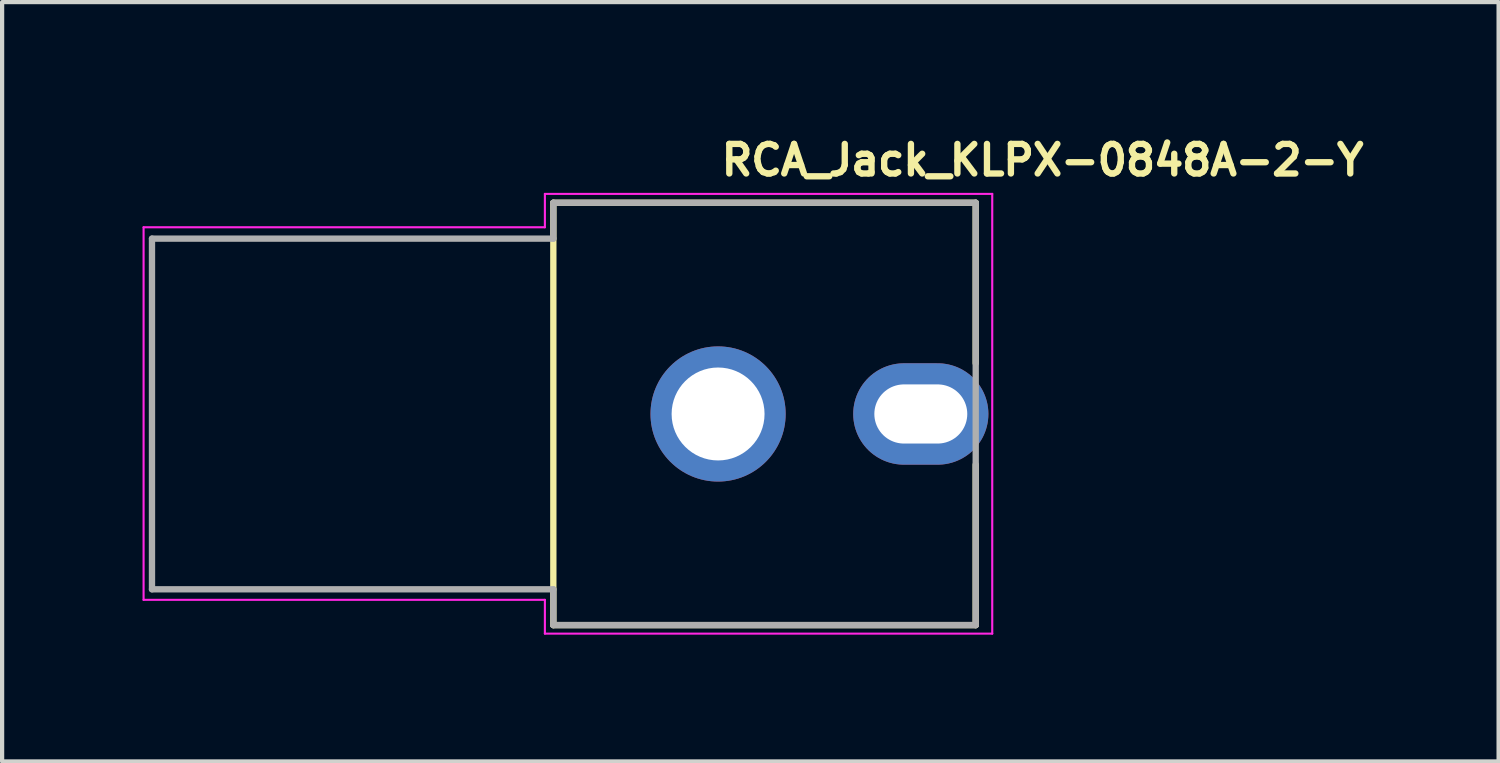
<source format=kicad_pcb>
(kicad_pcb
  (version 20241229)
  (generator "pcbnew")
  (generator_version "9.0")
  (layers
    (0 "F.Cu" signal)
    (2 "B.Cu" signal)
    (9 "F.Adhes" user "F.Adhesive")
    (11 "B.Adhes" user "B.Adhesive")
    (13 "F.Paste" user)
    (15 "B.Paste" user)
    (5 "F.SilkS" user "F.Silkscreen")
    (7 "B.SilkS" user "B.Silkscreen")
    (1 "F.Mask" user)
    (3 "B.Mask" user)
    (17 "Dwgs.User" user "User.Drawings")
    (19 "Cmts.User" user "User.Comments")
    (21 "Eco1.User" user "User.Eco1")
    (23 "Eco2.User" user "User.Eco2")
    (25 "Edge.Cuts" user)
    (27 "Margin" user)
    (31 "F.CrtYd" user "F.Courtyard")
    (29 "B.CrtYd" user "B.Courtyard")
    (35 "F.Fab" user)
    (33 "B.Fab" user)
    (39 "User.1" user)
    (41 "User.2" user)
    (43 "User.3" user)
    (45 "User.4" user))
  (footprint "RCA_Jack_KLPX-0848A-2-Y"
    (layer "F.Cu")
    (at 13.949 6.75)
    (property "Reference" "RCA_Jack_KLPX-0848A-2-Y" (at 0 -5.6 0) (unlocked yes) (layer "F.SilkS") (effects (font (size 0.7 0.7) (thickness 0.15)) (justify left bottom)))
    (attr through_hole)
    (fp_line (start -3.9 -5) (end -3.9 4.998) (stroke (width 0.15) (type solid)) (layer "F.SilkS"))
    (fp_line (start -3.9 -5) (end 6.099 -5) (stroke (width 0.15) (type solid)) (layer "F.SilkS"))
    (fp_line (start -3.9 4.998) (end 6.099 4.998) (stroke (width 0.15) (type solid)) (layer "F.SilkS"))
    (fp_line (start 6.099 -5) (end 6.099 -1.2) (stroke (width 0.15) (type solid)) (layer "F.SilkS"))
    (fp_line (start 6.099 4.998) (end 6.099 1.199) (stroke (width 0.15) (type solid)) (layer "F.SilkS"))
    (fp_line (start -13.6 -4.42) (end -4.1 -4.42) (stroke (width 0.05) (type solid)) (layer "F.CrtYd"))
    (fp_line (start -13.6 4.4) (end -13.6 -4.42) (stroke (width 0.05) (type solid)) (layer "F.CrtYd"))
    (fp_line (start -4.1 -5.21) (end 6.49 -5.21) (stroke (width 0.05) (type solid)) (layer "F.CrtYd"))
    (fp_line (start -4.1 -4.42) (end -4.1 -5.21) (stroke (width 0.05) (type solid)) (layer "F.CrtYd"))
    (fp_line (start -4.1 4.4) (end -13.6 4.4) (stroke (width 0.05) (type solid)) (layer "F.CrtYd"))
    (fp_line (start -4.1 5.2) (end -4.1 4.4) (stroke (width 0.05) (type solid)) (layer "F.CrtYd"))
    (fp_line (start 6.49 -5.21) (end 6.49 5.2) (stroke (width 0.05) (type solid)) (layer "F.CrtYd"))
    (fp_line (start 6.49 5.2) (end -4.1 5.2) (stroke (width 0.05) (type solid)) (layer "F.CrtYd"))
    (fp_line (start -13.401 -4.151) (end -13.401 4.15) (stroke (width 0.15) (type solid)) (layer "F.Fab"))
    (fp_line (start -13.401 -4.151) (end -3.9 -4.151) (stroke (width 0.15) (type solid)) (layer "F.Fab"))
    (fp_line (start -13.401 4.15) (end -3.9 4.15) (stroke (width 0.15) (type solid)) (layer "F.Fab"))
    (fp_line (start -3.9 -5) (end -3.9 -4.151) (stroke (width 0.15) (type solid)) (layer "F.Fab"))
    (fp_line (start -3.9 4.15) (end -3.9 4.998) (stroke (width 0.15) (type solid)) (layer "F.Fab"))
    (fp_line (start -3.9 4.998) (end 6.099 4.998) (stroke (width 0.15) (type solid)) (layer "F.Fab"))
    (fp_line (start 6.099 -5) (end -3.9 -5) (stroke (width 0.15) (type solid)) (layer "F.Fab"))
    (fp_line (start 6.099 4.998) (end 6.099 -5) (stroke (width 0.15) (type solid)) (layer "F.Fab"))
    (fp_rect (start 5.7 5) (end -13.899 -4.998) (stroke (width 0.1) (type solid)) (fill no) (layer "User.5"))
    (fp_line (start -13.899 -2.898) (end -13.897 -2.96) (stroke (width 0.02) (type solid)) (layer "User.9"))
    (fp_line (start -13.899 -2.826) (end -13.899 -2.898) (stroke (width 0.02) (type solid)) (layer "User.9"))
    (fp_line (start -13.899 -2.826) (end -13.899 -2.826) (stroke (width 0.02) (type solid)) (layer "User.9"))
    (fp_line (start -13.899 -2.612) (end -13.899 -2.826) (stroke (width 0.02) (type solid)) (layer "User.9"))
    (fp_line (start -13.899 -2.612) (end -13.899 -2.612) (stroke (width 0.02) (type solid)) (layer "User.9"))
    (fp_line (start -13.899 -2.266) (end -13.899 -2.612) (stroke (width 0.02) (type solid)) (layer "User.9"))
    (fp_line (start -13.899 -2.266) (end -13.899 -2.266) (stroke (width 0.02) (type solid)) (layer "User.9"))
    (fp_line (start -13.899 -2.148) (end -13.899 -2.096) (stroke (width 0.02) (type solid)) (layer "User.9"))
    (fp_line (start -13.899 -2.096) (end -13.899 -2.096) (stroke (width 0.02) (type solid)) (layer "User.9"))
    (fp_line (start -13.899 -2.096) (end -13.899 -1.937) (stroke (width 0.02) (type solid)) (layer "User.9"))
    (fp_line (start -13.899 -1.937) (end -13.899 -1.937) (stroke (width 0.02) (type solid)) (layer "User.9"))
    (fp_line (start -13.899 -1.937) (end -13.899 -1.679) (stroke (width 0.02) (type solid)) (layer "User.9"))
    (fp_line (start -13.899 -1.808) (end -13.899 -2.266) (stroke (width 0.02) (type solid)) (layer "User.9"))
    (fp_line (start -13.899 -1.808) (end -13.899 -1.808) (stroke (width 0.02) (type solid)) (layer "User.9"))
    (fp_line (start -13.899 -1.679) (end -13.899 -1.679) (stroke (width 0.02) (type solid)) (layer "User.9"))
    (fp_line (start -13.899 -1.679) (end -13.899 -1.34) (stroke (width 0.02) (type solid)) (layer "User.9"))
    (fp_line (start -13.899 -1.34) (end -13.899 -1.34) (stroke (width 0.02) (type solid)) (layer "User.9"))
    (fp_line (start -13.899 -1.34) (end -13.899 -0.932) (stroke (width 0.02) (type solid)) (layer "User.9"))
    (fp_line (start -13.899 -1.257) (end -13.899 -1.808) (stroke (width 0.02) (type solid)) (layer "User.9"))
    (fp_line (start -13.899 -1.257) (end -13.899 -1.257) (stroke (width 0.02) (type solid)) (layer "User.9"))
    (fp_line (start -13.899 -0.932) (end -13.899 -0.932) (stroke (width 0.02) (type solid)) (layer "User.9"))
    (fp_line (start -13.899 -0.932) (end -13.899 -0.478) (stroke (width 0.02) (type solid)) (layer "User.9"))
    (fp_line (start -13.899 -0.645) (end -13.899 -1.257) (stroke (width 0.02) (type solid)) (layer "User.9"))
    (fp_line (start -13.899 -0.645) (end -13.899 -0.645) (stroke (width 0.02) (type solid)) (layer "User.9"))
    (fp_line (start -13.899 -0.478) (end -13.899 -0.478) (stroke (width 0.02) (type solid)) (layer "User.9"))
    (fp_line (start -13.899 -0.478) (end -13.899 0) (stroke (width 0.02) (type solid)) (layer "User.9"))
    (fp_line (start -13.899 0) (end -13.899 -0.645) (stroke (width 0.02) (type solid)) (layer "User.9"))
    (fp_line (start -13.899 0) (end -13.899 0) (stroke (width 0.02) (type solid)) (layer "User.9"))
    (fp_line (start -13.899 0) (end -13.899 0) (stroke (width 0.02) (type solid)) (layer "User.9"))
    (fp_line (start -13.899 0) (end -13.899 0.48) (stroke (width 0.02) (type solid)) (layer "User.9"))
    (fp_line (start -13.899 0.48) (end -13.899 0.48) (stroke (width 0.02) (type solid)) (layer "User.9"))
    (fp_line (start -13.899 0.48) (end -13.899 0.934) (stroke (width 0.02) (type solid)) (layer "User.9"))
    (fp_line (start -13.899 0.647) (end -13.899 0) (stroke (width 0.02) (type solid)) (layer "User.9"))
    (fp_line (start -13.899 0.647) (end -13.899 0.647) (stroke (width 0.02) (type solid)) (layer "User.9"))
    (fp_line (start -13.899 0.934) (end -13.899 0.934) (stroke (width 0.02) (type solid)) (layer "User.9"))
    (fp_line (start -13.899 0.934) (end -13.899 1.341) (stroke (width 0.02) (type solid)) (layer "User.9"))
    (fp_line (start -13.899 1.26) (end -13.899 0.647) (stroke (width 0.02) (type solid)) (layer "User.9"))
    (fp_line (start -13.899 1.26) (end -13.899 1.26) (stroke (width 0.02) (type solid)) (layer "User.9"))
    (fp_line (start -13.899 1.341) (end -13.899 1.341) (stroke (width 0.02) (type solid)) (layer "User.9"))
    (fp_line (start -13.899 1.341) (end -13.899 1.682) (stroke (width 0.02) (type solid)) (layer "User.9"))
    (fp_line (start -13.899 1.682) (end -13.899 1.682) (stroke (width 0.02) (type solid)) (layer "User.9"))
    (fp_line (start -13.899 1.682) (end -13.899 1.938) (stroke (width 0.02) (type solid)) (layer "User.9"))
    (fp_line (start -13.899 1.809) (end -13.899 1.26) (stroke (width 0.02) (type solid)) (layer "User.9"))
    (fp_line (start -13.899 1.809) (end -13.899 1.809) (stroke (width 0.02) (type solid)) (layer "User.9"))
    (fp_line (start -13.899 1.938) (end -13.899 1.938) (stroke (width 0.02) (type solid)) (layer "User.9"))
    (fp_line (start -13.899 1.938) (end -13.899 2.097) (stroke (width 0.02) (type solid)) (layer "User.9"))
    (fp_line (start -13.899 2.097) (end -13.899 2.097) (stroke (width 0.02) (type solid)) (layer "User.9"))
    (fp_line (start -13.899 2.097) (end -13.899 2.15) (stroke (width 0.02) (type solid)) (layer "User.9"))
    (fp_line (start -13.899 2.269) (end -13.899 1.809) (stroke (width 0.02) (type solid)) (layer "User.9"))
    (fp_line (start -13.899 2.269) (end -13.899 2.269) (stroke (width 0.02) (type solid)) (layer "User.9"))
    (fp_line (start -13.899 2.613) (end -13.899 2.269) (stroke (width 0.02) (type solid)) (layer "User.9"))
    (fp_line (start -13.899 2.613) (end -13.899 2.613) (stroke (width 0.02) (type solid)) (layer "User.9"))
    (fp_line (start -13.899 2.828) (end -13.899 2.613) (stroke (width 0.02) (type solid)) (layer "User.9"))
    (fp_line (start -13.899 2.828) (end -13.899 2.828) (stroke (width 0.02) (type solid)) (layer "User.9"))
    (fp_line (start -13.899 2.9) (end -13.899 2.828) (stroke (width 0.02) (type solid)) (layer "User.9"))
    (fp_line (start -13.899 2.9) (end -13.897 2.963) (stroke (width 0.02) (type solid)) (layer "User.9"))
    (fp_line (start -13.897 -2.96) (end -13.892 -3.023) (stroke (width 0.02) (type solid)) (layer "User.9"))
    (fp_line (start -13.897 2.963) (end -13.892 3.024) (stroke (width 0.02) (type solid)) (layer "User.9"))
    (fp_line (start -13.892 -3.023) (end -13.886 -3.084) (stroke (width 0.02) (type solid)) (layer "User.9"))
    (fp_line (start -13.892 3.024) (end -13.886 3.085) (stroke (width 0.02) (type solid)) (layer "User.9"))
    (fp_line (start -13.886 -3.084) (end -13.875 -3.144) (stroke (width 0.02) (type solid)) (layer "User.9"))
    (fp_line (start -13.886 3.085) (end -13.875 3.146) (stroke (width 0.02) (type solid)) (layer "User.9"))
    (fp_line (start -13.875 -3.144) (end -13.862 -3.204) (stroke (width 0.02) (type solid)) (layer "User.9"))
    (fp_line (start -13.875 3.146) (end -13.862 3.206) (stroke (width 0.02) (type solid)) (layer "User.9"))
    (fp_line (start -13.862 -3.204) (end -13.844 -3.262) (stroke (width 0.02) (type solid)) (layer "User.9"))
    (fp_line (start -13.862 3.206) (end -13.844 3.265) (stroke (width 0.02) (type solid)) (layer "User.9"))
    (fp_line (start -13.844 -3.262) (end -13.825 -3.321) (stroke (width 0.02) (type solid)) (layer "User.9"))
    (fp_line (start -13.844 3.265) (end -13.825 3.322) (stroke (width 0.02) (type solid)) (layer "User.9"))
    (fp_line (start -13.825 -3.321) (end -13.804 -3.378) (stroke (width 0.02) (type solid)) (layer "User.9"))
    (fp_line (start -13.825 3.322) (end -13.804 3.379) (stroke (width 0.02) (type solid)) (layer "User.9"))
    (fp_line (start -13.804 -3.378) (end -13.78 -3.434) (stroke (width 0.02) (type solid)) (layer "User.9"))
    (fp_line (start -13.804 3.379) (end -13.78 3.435) (stroke (width 0.02) (type solid)) (layer "User.9"))
    (fp_line (start -13.78 -3.434) (end -13.751 -3.487) (stroke (width 0.02) (type solid)) (layer "User.9"))
    (fp_line (start -13.78 3.435) (end -13.751 3.489) (stroke (width 0.02) (type solid)) (layer "User.9"))
    (fp_line (start -13.751 -3.487) (end -13.721 -3.54) (stroke (width 0.02) (type solid)) (layer "User.9"))
    (fp_line (start -13.751 3.489) (end -13.721 3.543) (stroke (width 0.02) (type solid)) (layer "User.9"))
    (fp_line (start -13.721 -3.54) (end -13.689 -3.592) (stroke (width 0.02) (type solid)) (layer "User.9"))
    (fp_line (start -13.721 3.543) (end -13.689 3.594) (stroke (width 0.02) (type solid)) (layer "User.9"))
    (fp_line (start -13.689 -3.592) (end -13.653 -3.643) (stroke (width 0.02) (type solid)) (layer "User.9"))
    (fp_line (start -13.689 3.594) (end -13.653 3.645) (stroke (width 0.02) (type solid)) (layer "User.9"))
    (fp_line (start -13.653 -3.643) (end -13.615 -3.692) (stroke (width 0.02) (type solid)) (layer "User.9"))
    (fp_line (start -13.653 3.645) (end -13.615 3.693) (stroke (width 0.02) (type solid)) (layer "User.9"))
    (fp_line (start -13.615 -3.692) (end -13.575 -3.737) (stroke (width 0.02) (type solid)) (layer "User.9"))
    (fp_line (start -13.615 3.693) (end -13.575 3.739) (stroke (width 0.02) (type solid)) (layer "User.9"))
    (fp_line (start -13.575 -3.737) (end -13.533 -3.782) (stroke (width 0.02) (type solid)) (layer "User.9"))
    (fp_line (start -13.575 3.739) (end -13.533 3.785) (stroke (width 0.02) (type solid)) (layer "User.9"))
    (fp_line (start -13.533 -3.782) (end -13.533 -3.782) (stroke (width 0.02) (type solid)) (layer "User.9"))
    (fp_line (start -13.533 -3.782) (end -13.487 -3.825) (stroke (width 0.02) (type solid)) (layer "User.9"))
    (fp_line (start -13.533 3.785) (end -13.533 3.785) (stroke (width 0.02) (type solid)) (layer "User.9"))
    (fp_line (start -13.533 3.785) (end -13.487 3.827) (stroke (width 0.02) (type solid)) (layer "User.9"))
    (fp_line (start -13.487 -3.825) (end -13.442 -3.866) (stroke (width 0.02) (type solid)) (layer "User.9"))
    (fp_line (start -13.487 3.827) (end -13.442 3.867) (stroke (width 0.02) (type solid)) (layer "User.9"))
    (fp_line (start -13.442 -3.866) (end -13.392 -3.903) (stroke (width 0.02) (type solid)) (layer "User.9"))
    (fp_line (start -13.442 3.867) (end -13.392 3.906) (stroke (width 0.02) (type solid)) (layer "User.9"))
    (fp_line (start -13.392 -3.903) (end -13.343 -3.938) (stroke (width 0.02) (type solid)) (layer "User.9"))
    (fp_line (start -13.392 3.906) (end -13.343 3.94) (stroke (width 0.02) (type solid)) (layer "User.9"))
    (fp_line (start -13.343 -3.938) (end -13.291 -3.971) (stroke (width 0.02) (type solid)) (layer "User.9"))
    (fp_line (start -13.343 3.94) (end -13.291 3.973) (stroke (width 0.02) (type solid)) (layer "User.9"))
    (fp_line (start -13.291 -3.971) (end -13.237 -4.001) (stroke (width 0.02) (type solid)) (layer "User.9"))
    (fp_line (start -13.291 3.973) (end -13.237 4.004) (stroke (width 0.02) (type solid)) (layer "User.9"))
    (fp_line (start -13.237 -4.001) (end -13.184 -4.03) (stroke (width 0.02) (type solid)) (layer "User.9"))
    (fp_line (start -13.237 4.004) (end -13.184 4.031) (stroke (width 0.02) (type solid)) (layer "User.9"))
    (fp_line (start -13.184 -4.03) (end -13.128 -4.054) (stroke (width 0.02) (type solid)) (layer "User.9"))
    (fp_line (start -13.184 4.031) (end -13.128 4.055) (stroke (width 0.02) (type solid)) (layer "User.9"))
    (fp_line (start -13.128 -4.054) (end -13.07 -4.076) (stroke (width 0.02) (type solid)) (layer "User.9"))
    (fp_line (start -13.128 4.055) (end -13.07 4.077) (stroke (width 0.02) (type solid)) (layer "User.9"))
    (fp_line (start -13.07 -4.076) (end -13.012 -4.094) (stroke (width 0.02) (type solid)) (layer "User.9"))
    (fp_line (start -13.07 4.077) (end -13.012 4.096) (stroke (width 0.02) (type solid)) (layer "User.9"))
    (fp_line (start -13.012 -4.094) (end -12.953 -4.112) (stroke (width 0.02) (type solid)) (layer "User.9"))
    (fp_line (start -13.012 4.096) (end -12.953 4.114) (stroke (width 0.02) (type solid)) (layer "User.9"))
    (fp_line (start -12.953 -4.112) (end -12.894 -4.124) (stroke (width 0.02) (type solid)) (layer "User.9"))
    (fp_line (start -12.953 4.114) (end -12.894 4.127) (stroke (width 0.02) (type solid)) (layer "User.9"))
    (fp_line (start -12.894 -4.124) (end -12.833 -4.136) (stroke (width 0.02) (type solid)) (layer "User.9"))
    (fp_line (start -12.894 4.127) (end -12.833 4.138) (stroke (width 0.02) (type solid)) (layer "User.9"))
    (fp_line (start -12.833 -4.136) (end -12.772 -4.142) (stroke (width 0.02) (type solid)) (layer "User.9"))
    (fp_line (start -12.833 4.138) (end -12.772 4.145) (stroke (width 0.02) (type solid)) (layer "User.9"))
    (fp_line (start -12.772 -4.142) (end -12.711 -4.147) (stroke (width 0.02) (type solid)) (layer "User.9"))
    (fp_line (start -12.772 4.145) (end -12.711 4.149) (stroke (width 0.02) (type solid)) (layer "User.9"))
    (fp_line (start -12.711 -4.147) (end -12.649 -4.15) (stroke (width 0.02) (type solid)) (layer "User.9"))
    (fp_line (start -12.711 4.149) (end -12.649 4.151) (stroke (width 0.02) (type solid)) (layer "User.9"))
    (fp_line (start -12.649 -4.15) (end -4.4 -4.15) (stroke (width 0.02) (type solid)) (layer "User.9"))
    (fp_line (start -12.649 4.151) (end -4.4 4.151) (stroke (width 0.02) (type solid)) (layer "User.9"))
    (fp_line (start -4.4 -1.999) (end -4.4 -4.998) (stroke (width 0.02) (type solid)) (layer "User.9"))
    (fp_line (start -4.4 5) (end -4.4 2) (stroke (width 0.02) (type solid)) (layer "User.9"))
    (fp_line (start -3.8 2) (end -3.8 -1.999) (stroke (width 0.02) (type solid)) (layer "User.9"))
    (fp_line (start -3.399 -0.824) (end -3.399 -1.999) (stroke (width 0.02) (type solid)) (layer "User.9"))
    (fp_line (start -3.399 0.826) (end -3.399 -0.824) (stroke (width 0.02) (type solid)) (layer "User.9"))
    (fp_line (start -3.399 2) (end -3.399 0.826) (stroke (width 0.02) (type solid)) (layer "User.9"))
    (fp_line (start 1.601 2) (end 1.601 -1.999) (stroke (width 0.02) (type solid)) (layer "User.9"))
    (fp_line (start 3.822 0.3) (end 3.822 -0.298) (stroke (width 0.02) (type solid)) (layer "User.9"))
    (fp_line (start 4.601 -1.999) (end 4.601 -0.298) (stroke (width 0.02) (type solid)) (layer "User.9"))
    (fp_line (start 4.601 0.3) (end 4.601 2) (stroke (width 0.02) (type solid)) (layer "User.9"))
    (fp_line (start 4.62 -0.298) (end 3.822 -0.298) (stroke (width 0.02) (type solid)) (layer "User.9"))
    (fp_line (start 4.62 0.3) (end 3.822 0.3) (stroke (width 0.02) (type solid)) (layer "User.9"))
    (fp_line (start 4.62 0.3) (end 4.62 -0.298) (stroke (width 0.02) (type solid)) (layer "User.9"))
    (fp_line (start 5.601 -4.998) (end -4.4 -4.998) (stroke (width 0.02) (type solid)) (layer "User.9"))
    (fp_line (start 5.601 -1.999) (end -4.4 -1.999) (stroke (width 0.02) (type solid)) (layer "User.9"))
    (fp_line (start 5.601 -1.999) (end 5.601 -4.998) (stroke (width 0.02) (type solid)) (layer "User.9"))
    (fp_line (start 5.601 -1.999) (end 5.601 -1.648) (stroke (width 0.02) (type solid)) (layer "User.9"))
    (fp_line (start 5.601 -1.648) (end 4.601 -1.648) (stroke (width 0.02) (type solid)) (layer "User.9"))
    (fp_line (start 5.601 1.651) (end 4.601 1.651) (stroke (width 0.02) (type solid)) (layer "User.9"))
    (fp_line (start 5.601 1.651) (end 5.601 2) (stroke (width 0.02) (type solid)) (layer "User.9"))
    (fp_line (start 5.601 2) (end -4.4 2) (stroke (width 0.02) (type solid)) (layer "User.9"))
    (fp_line (start 5.601 5) (end -4.4 5) (stroke (width 0.02) (type solid)) (layer "User.9"))
    (fp_line (start 5.601 5) (end 5.601 2) (stroke (width 0.02) (type solid)) (layer "User.9"))
    (fp_line (start 5.7 -0.298) (end 4.62 -0.298) (stroke (width 0.02) (type solid)) (layer "User.9"))
    (fp_line (start 5.7 0.3) (end 4.62 0.3) (stroke (width 0.02) (type solid)) (layer "User.9"))
    (fp_line (start 5.7 0.3) (end 5.7 -0.298) (stroke (width 0.02) (type solid)) (layer "User.9"))
    (pad "1" thru_hole oval (at 4.799 0 90) (size 2.4 3.2) (drill oval 1.4 2.2) (layers "*.Cu" "*.Mask"))
    (pad "2" thru_hole circle (at 0 0) (size 3.2 3.2) (drill 2.2) (layers "*.Cu" "*.Mask")))
  (gr_rect
    (start -3 -3)
    (end 32.426 14.975)
    (stroke (width 0.1) (type default))
    (fill no)
    (layer "Edge.Cuts")))
</source>
